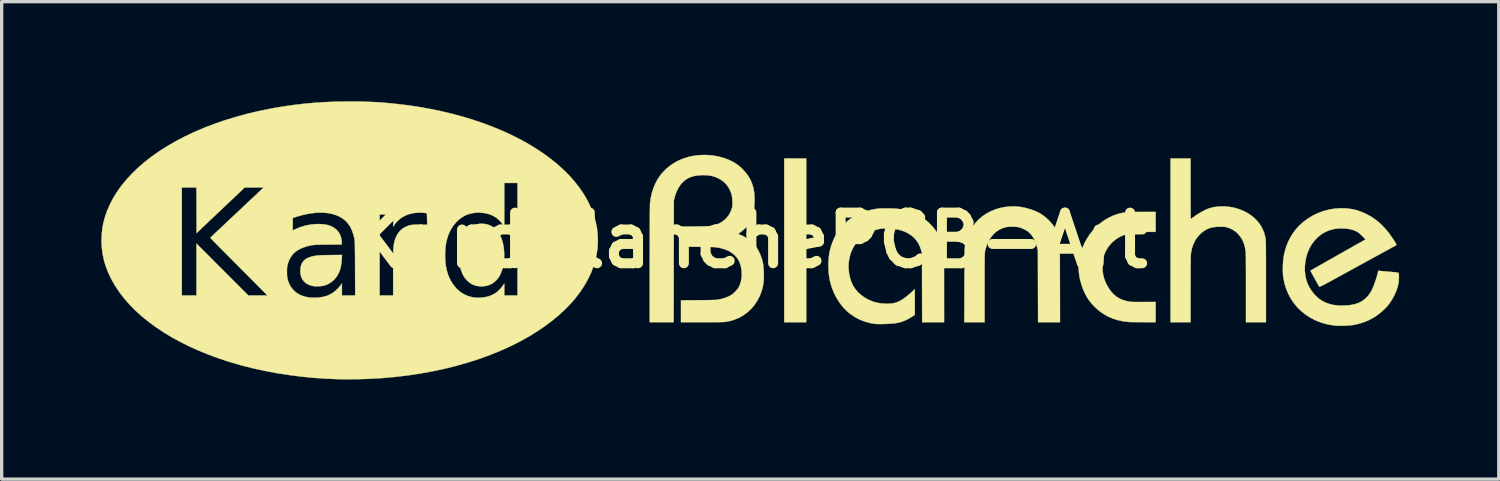
<source format=kicad_pcb>
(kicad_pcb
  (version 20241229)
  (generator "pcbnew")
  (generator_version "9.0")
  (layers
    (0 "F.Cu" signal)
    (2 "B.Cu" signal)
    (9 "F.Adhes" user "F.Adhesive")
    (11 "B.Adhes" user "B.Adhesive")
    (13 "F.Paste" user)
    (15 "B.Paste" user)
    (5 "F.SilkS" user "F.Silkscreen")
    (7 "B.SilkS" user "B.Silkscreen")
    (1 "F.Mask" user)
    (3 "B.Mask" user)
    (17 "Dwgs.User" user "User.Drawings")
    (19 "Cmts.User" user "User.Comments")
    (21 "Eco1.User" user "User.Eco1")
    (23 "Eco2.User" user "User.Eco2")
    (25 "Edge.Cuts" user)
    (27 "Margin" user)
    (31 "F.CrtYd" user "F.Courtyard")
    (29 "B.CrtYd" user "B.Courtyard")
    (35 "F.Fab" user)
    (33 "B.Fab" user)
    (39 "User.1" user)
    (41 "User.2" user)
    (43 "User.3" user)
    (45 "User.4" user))
  (footprint "KardBlanchePCB-Art"
    (layer "F.Cu")
    (at 19.524 4.182)
    (property "Reference" "KardBlanchePCB-Art" (at 0 0 0) (layer "F.SilkS") (effects (font (size 1.524 1.524) (thickness 0.3))))
    (attr through_hole)
    (fp_poly (pts (xy 1.685 2.464) (xy 1.024 2.464) (xy 1.024 -2.464) (xy 1.685 -2.464) (xy 1.685 2.464)) (stroke (width 0.01) (type solid)) (fill yes) (layer "F.SilkS"))
    (fp_poly (pts (xy -12.289 0.547) (xy -12.298 0.664) (xy -12.313 0.767) (xy -12.335 0.859) (xy -12.363 0.943) (xy -12.4 1.02) (xy -12.446 1.093) (xy -12.463 1.116) (xy -12.53 1.194) (xy -12.609 1.26) (xy -12.697 1.314) (xy -12.792 1.352) (xy -12.828 1.363) (xy -12.881 1.373) (xy -12.944 1.38) (xy -13.01 1.384) (xy -13.073 1.384) (xy -13.123 1.38) (xy -13.219 1.36) (xy -13.303 1.328) (xy -13.375 1.285) (xy -13.434 1.23) (xy -13.48 1.166) (xy -13.513 1.091) (xy -13.533 1.006) (xy -13.538 0.923) (xy -13.532 0.833) (xy -13.515 0.754) (xy -13.487 0.685) (xy -13.445 0.625) (xy -13.432 0.61) (xy -13.384 0.568) (xy -13.323 0.533) (xy -13.248 0.504) (xy -13.223 0.496) (xy -13.181 0.485) (xy -13.141 0.475) (xy -13.1 0.467) (xy -13.057 0.461) (xy -13.008 0.456) (xy -12.953 0.451) (xy -12.889 0.448) (xy -12.814 0.446) (xy -12.726 0.444) (xy -12.625 0.443) (xy -12.283 0.439) (xy -12.289 0.547)) (stroke (width 0.01) (type solid)) (fill yes) (layer "F.SilkS"))
    (fp_poly (pts (xy -7.989 -0.494) (xy -7.905 -0.477) (xy -7.827 -0.448) (xy -7.811 -0.441) (xy -7.724 -0.389) (xy -7.648 -0.324) (xy -7.583 -0.246) (xy -7.527 -0.155) (xy -7.522 -0.145) (xy -7.478 -0.039) (xy -7.443 0.079) (xy -7.419 0.205) (xy -7.405 0.339) (xy -7.402 0.478) (xy -7.411 0.62) (xy -7.421 0.703) (xy -7.445 0.822) (xy -7.481 0.935) (xy -7.524 1.033) (xy -7.547 1.077) (xy -7.567 1.112) (xy -7.588 1.141) (xy -7.614 1.171) (xy -7.649 1.206) (xy -7.649 1.207) (xy -7.71 1.263) (xy -7.77 1.305) (xy -7.833 1.337) (xy -7.903 1.361) (xy -7.912 1.363) (xy -7.975 1.375) (xy -8.045 1.383) (xy -8.115 1.384) (xy -8.176 1.38) (xy -8.177 1.38) (xy -8.271 1.361) (xy -8.353 1.33) (xy -8.428 1.287) (xy -8.499 1.229) (xy -8.514 1.215) (xy -8.574 1.147) (xy -8.625 1.072) (xy -8.668 0.986) (xy -8.703 0.89) (xy -8.732 0.78) (xy -8.748 0.694) (xy -8.753 0.654) (xy -8.756 0.6) (xy -8.758 0.537) (xy -8.758 0.468) (xy -8.758 0.397) (xy -8.756 0.328) (xy -8.753 0.265) (xy -8.748 0.211) (xy -8.743 0.174) (xy -8.718 0.054) (xy -8.686 -0.051) (xy -8.646 -0.145) (xy -8.598 -0.228) (xy -8.539 -0.302) (xy -8.497 -0.345) (xy -8.423 -0.405) (xy -8.341 -0.45) (xy -8.251 -0.48) (xy -8.153 -0.496) (xy -8.082 -0.5) (xy -7.989 -0.494)) (stroke (width 0.01) (type solid)) (fill yes) (layer "F.SilkS"))
    (fp_poly (pts (xy 12.2 -0.254) (xy 11.957 -0.254) (xy 11.889 -0.254) (xy 11.82 -0.253) (xy 11.755 -0.251) (xy 11.698 -0.25) (xy 11.65 -0.248) (xy 11.618 -0.245) (xy 11.474 -0.226) (xy 11.339 -0.193) (xy 11.212 -0.147) (xy 11.094 -0.09) (xy 10.987 -0.02) (xy 10.892 0.06) (xy 10.809 0.152) (xy 10.758 0.222) (xy 10.706 0.31) (xy 10.665 0.398) (xy 10.635 0.488) (xy 10.615 0.585) (xy 10.603 0.691) (xy 10.6 0.804) (xy 10.606 0.939) (xy 10.627 1.067) (xy 10.663 1.191) (xy 10.715 1.311) (xy 10.782 1.431) (xy 10.797 1.454) (xy 10.869 1.552) (xy 10.948 1.635) (xy 11.034 1.704) (xy 11.13 1.76) (xy 11.235 1.803) (xy 11.352 1.834) (xy 11.392 1.842) (xy 11.415 1.845) (xy 11.44 1.848) (xy 11.467 1.851) (xy 11.5 1.853) (xy 11.539 1.854) (xy 11.587 1.855) (xy 11.645 1.855) (xy 11.716 1.855) (xy 11.802 1.855) (xy 11.839 1.855) (xy 12.2 1.853) (xy 12.2 2.464) (xy 11.822 2.462) (xy 11.742 2.462) (xy 11.666 2.461) (xy 11.596 2.461) (xy 11.534 2.46) (xy 11.481 2.46) (xy 11.441 2.459) (xy 11.414 2.458) (xy 11.405 2.458) (xy 11.233 2.438) (xy 11.071 2.404) (xy 10.919 2.357) (xy 10.776 2.296) (xy 10.641 2.221) (xy 10.514 2.132) (xy 10.393 2.028) (xy 10.363 1.998) (xy 10.272 1.9) (xy 10.192 1.8) (xy 10.124 1.694) (xy 10.063 1.579) (xy 10.009 1.453) (xy 9.976 1.359) (xy 9.928 1.193) (xy 9.897 1.028) (xy 9.883 0.865) (xy 9.886 0.704) (xy 9.906 0.544) (xy 9.942 0.385) (xy 9.996 0.227) (xy 10.066 0.071) (xy 10.129 -0.045) (xy 10.219 -0.182) (xy 10.32 -0.31) (xy 10.431 -0.425) (xy 10.551 -0.529) (xy 10.679 -0.619) (xy 10.814 -0.695) (xy 10.954 -0.757) (xy 11.099 -0.803) (xy 11.175 -0.821) (xy 11.216 -0.829) (xy 11.256 -0.835) (xy 11.296 -0.841) (xy 11.34 -0.845) (xy 11.388 -0.848) (xy 11.443 -0.851) (xy 11.507 -0.853) (xy 11.581 -0.854) (xy 11.667 -0.855) (xy 11.768 -0.855) (xy 11.811 -0.855) (xy 12.2 -0.855) (xy 12.2 -0.254)) (stroke (width 0.01) (type solid)) (fill yes) (layer "F.SilkS"))
    (fp_poly (pts (xy 13.25 -1.553) (xy 13.25 -1.404) (xy 13.25 -1.271) (xy 13.251 -1.154) (xy 13.251 -1.051) (xy 13.251 -0.962) (xy 13.252 -0.885) (xy 13.253 -0.821) (xy 13.253 -0.769) (xy 13.254 -0.726) (xy 13.255 -0.694) (xy 13.256 -0.671) (xy 13.258 -0.655) (xy 13.259 -0.647) (xy 13.261 -0.646) (xy 13.272 -0.652) (xy 13.293 -0.667) (xy 13.321 -0.687) (xy 13.348 -0.707) (xy 13.433 -0.766) (xy 13.523 -0.823) (xy 13.614 -0.875) (xy 13.702 -0.919) (xy 13.784 -0.954) (xy 13.818 -0.965) (xy 13.931 -0.996) (xy 14.054 -1.014) (xy 14.183 -1.022) (xy 14.316 -1.018) (xy 14.45 -1.003) (xy 14.582 -0.977) (xy 14.695 -0.944) (xy 14.832 -0.891) (xy 14.959 -0.826) (xy 15.075 -0.75) (xy 15.179 -0.664) (xy 15.27 -0.569) (xy 15.348 -0.464) (xy 15.413 -0.352) (xy 15.463 -0.233) (xy 15.497 -0.107) (xy 15.506 -0.059) (xy 15.508 -0.046) (xy 15.51 -0.03) (xy 15.511 -0.011) (xy 15.513 0.013) (xy 15.514 0.043) (xy 15.515 0.078) (xy 15.516 0.121) (xy 15.516 0.172) (xy 15.517 0.231) (xy 15.518 0.3) (xy 15.518 0.38) (xy 15.519 0.47) (xy 15.519 0.573) (xy 15.519 0.689) (xy 15.519 0.819) (xy 15.519 0.963) (xy 15.519 1.123) (xy 15.519 1.242) (xy 15.519 2.464) (xy 14.918 2.464) (xy 14.918 1.444) (xy 14.918 1.277) (xy 14.918 1.121) (xy 14.918 0.978) (xy 14.917 0.848) (xy 14.916 0.732) (xy 14.916 0.629) (xy 14.915 0.541) (xy 14.914 0.467) (xy 14.912 0.409) (xy 14.911 0.367) (xy 14.91 0.342) (xy 14.909 0.339) (xy 14.889 0.211) (xy 14.856 0.093) (xy 14.809 -0.014) (xy 14.749 -0.111) (xy 14.676 -0.198) (xy 14.672 -0.202) (xy 14.598 -0.268) (xy 14.52 -0.32) (xy 14.434 -0.362) (xy 14.362 -0.387) (xy 14.333 -0.395) (xy 14.308 -0.401) (xy 14.282 -0.405) (xy 14.253 -0.408) (xy 14.215 -0.409) (xy 14.166 -0.41) (xy 14.139 -0.41) (xy 14.025 -0.406) (xy 13.923 -0.394) (xy 13.832 -0.372) (xy 13.748 -0.338) (xy 13.669 -0.294) (xy 13.592 -0.236) (xy 13.521 -0.17) (xy 13.444 -0.081) (xy 13.379 0.02) (xy 13.328 0.131) (xy 13.289 0.251) (xy 13.264 0.382) (xy 13.259 0.424) (xy 13.258 0.447) (xy 13.256 0.487) (xy 13.255 0.542) (xy 13.254 0.613) (xy 13.253 0.699) (xy 13.252 0.799) (xy 13.252 0.912) (xy 13.251 1.039) (xy 13.251 1.179) (xy 13.25 1.331) (xy 13.25 1.487) (xy 13.25 2.464) (xy 12.649 2.464) (xy 12.649 -2.464) (xy 13.25 -2.464) (xy 13.25 -1.553)) (stroke (width 0.01) (type solid)) (fill yes) (layer "F.SilkS"))
    (fp_poly (pts (xy 8.125 -1.007) (xy 8.286 -0.976) (xy 8.443 -0.931) (xy 8.558 -0.889) (xy 8.66 -0.844) (xy 8.752 -0.792) (xy 8.838 -0.733) (xy 8.922 -0.663) (xy 8.965 -0.623) (xy 9.048 -0.537) (xy 9.117 -0.453) (xy 9.173 -0.368) (xy 9.22 -0.278) (xy 9.258 -0.179) (xy 9.29 -0.069) (xy 9.299 -0.032) (xy 9.301 -0.021) (xy 9.304 -0.01) (xy 9.306 0.002) (xy 9.307 0.015) (xy 9.309 0.031) (xy 9.311 0.05) (xy 9.312 0.073) (xy 9.313 0.102) (xy 9.314 0.136) (xy 9.315 0.178) (xy 9.316 0.227) (xy 9.316 0.285) (xy 9.317 0.352) (xy 9.317 0.429) (xy 9.318 0.518) (xy 9.318 0.619) (xy 9.318 0.733) (xy 9.319 0.86) (xy 9.319 1.003) (xy 9.319 1.161) (xy 9.32 1.255) (xy 9.322 2.464) (xy 8.662 2.464) (xy 8.659 1.386) (xy 8.656 0.309) (xy 8.637 0.224) (xy 8.603 0.102) (xy 8.558 -0.008) (xy 8.504 -0.105) (xy 8.44 -0.189) (xy 8.369 -0.257) (xy 8.325 -0.288) (xy 8.27 -0.319) (xy 8.21 -0.349) (xy 8.149 -0.375) (xy 8.094 -0.393) (xy 8.086 -0.395) (xy 8.037 -0.403) (xy 7.977 -0.409) (xy 7.91 -0.411) (xy 7.841 -0.41) (xy 7.774 -0.407) (xy 7.714 -0.4) (xy 7.667 -0.391) (xy 7.667 -0.391) (xy 7.567 -0.356) (xy 7.473 -0.308) (xy 7.388 -0.249) (xy 7.315 -0.18) (xy 7.314 -0.179) (xy 7.234 -0.078) (xy 7.168 0.034) (xy 7.115 0.155) (xy 7.076 0.286) (xy 7.069 0.316) (xy 7.067 0.328) (xy 7.065 0.34) (xy 7.063 0.354) (xy 7.061 0.371) (xy 7.06 0.39) (xy 7.058 0.414) (xy 7.057 0.443) (xy 7.056 0.478) (xy 7.055 0.52) (xy 7.055 0.571) (xy 7.054 0.63) (xy 7.054 0.699) (xy 7.053 0.779) (xy 7.053 0.871) (xy 7.053 0.976) (xy 7.053 1.094) (xy 7.053 1.228) (xy 7.053 1.377) (xy 7.053 1.429) (xy 7.053 2.464) (xy 6.442 2.464) (xy 6.446 1.361) (xy 6.446 1.2) (xy 6.447 1.054) (xy 6.447 0.924) (xy 6.448 0.808) (xy 6.448 0.706) (xy 6.449 0.616) (xy 6.45 0.537) (xy 6.45 0.469) (xy 6.451 0.41) (xy 6.452 0.361) (xy 6.453 0.319) (xy 6.454 0.284) (xy 6.455 0.255) (xy 6.457 0.231) (xy 6.459 0.212) (xy 6.46 0.196) (xy 6.462 0.182) (xy 6.463 0.178) (xy 6.499 0.019) (xy 6.548 -0.131) (xy 6.611 -0.27) (xy 6.686 -0.4) (xy 6.774 -0.519) (xy 6.874 -0.626) (xy 6.985 -0.722) (xy 7.108 -0.805) (xy 7.241 -0.876) (xy 7.385 -0.934) (xy 7.489 -0.966) (xy 7.649 -1.001) (xy 7.808 -1.019) (xy 7.966 -1.021) (xy 8.125 -1.007)) (stroke (width 0.01) (type solid)) (fill yes) (layer "F.SilkS"))
    (fp_poly (pts (xy 4.136 -0.961) (xy 4.213 -0.96) (xy 4.288 -0.958) (xy 4.355 -0.955) (xy 4.412 -0.951) (xy 4.453 -0.946) (xy 4.609 -0.916) (xy 4.754 -0.877) (xy 4.891 -0.828) (xy 4.994 -0.783) (xy 5.101 -0.728) (xy 5.195 -0.672) (xy 5.281 -0.61) (xy 5.363 -0.54) (xy 5.445 -0.46) (xy 5.546 -0.344) (xy 5.631 -0.224) (xy 5.701 -0.099) (xy 5.757 0.033) (xy 5.787 0.13) (xy 5.794 0.155) (xy 5.8 0.177) (xy 5.805 0.199) (xy 5.81 0.222) (xy 5.814 0.245) (xy 5.818 0.27) (xy 5.821 0.299) (xy 5.823 0.331) (xy 5.826 0.369) (xy 5.828 0.413) (xy 5.829 0.464) (xy 5.831 0.523) (xy 5.831 0.59) (xy 5.832 0.668) (xy 5.833 0.757) (xy 5.833 0.858) (xy 5.833 0.971) (xy 5.833 1.098) (xy 5.833 1.241) (xy 5.833 1.399) (xy 5.833 1.42) (xy 5.834 2.464) (xy 5.174 2.464) (xy 5.171 1.425) (xy 5.169 0.385) (xy 5.146 0.301) (xy 5.108 0.191) (xy 5.059 0.089) (xy 4.998 -0.002) (xy 4.928 -0.082) (xy 4.9 -0.108) (xy 4.807 -0.178) (xy 4.704 -0.237) (xy 4.591 -0.284) (xy 4.467 -0.32) (xy 4.331 -0.343) (xy 4.184 -0.356) (xy 4.106 -0.358) (xy 4.038 -0.358) (xy 3.983 -0.355) (xy 3.936 -0.351) (xy 3.894 -0.345) (xy 3.892 -0.344) (xy 3.751 -0.309) (xy 3.621 -0.261) (xy 3.5 -0.198) (xy 3.386 -0.122) (xy 3.357 -0.099) (xy 3.276 -0.024) (xy 3.2 0.064) (xy 3.132 0.162) (xy 3.075 0.266) (xy 3.029 0.373) (xy 3.026 0.383) (xy 2.998 0.479) (xy 2.976 0.582) (xy 2.962 0.684) (xy 2.957 0.781) (xy 2.959 0.842) (xy 2.974 0.988) (xy 3.001 1.121) (xy 3.04 1.242) (xy 3.09 1.353) (xy 3.154 1.455) (xy 3.23 1.547) (xy 3.32 1.631) (xy 3.423 1.708) (xy 3.425 1.709) (xy 3.546 1.78) (xy 3.672 1.835) (xy 3.804 1.874) (xy 3.943 1.898) (xy 4.089 1.908) (xy 4.106 1.908) (xy 4.21 1.904) (xy 4.303 1.893) (xy 4.387 1.872) (xy 4.467 1.841) (xy 4.546 1.799) (xy 4.583 1.776) (xy 4.621 1.75) (xy 4.664 1.718) (xy 4.71 1.683) (xy 4.755 1.647) (xy 4.796 1.613) (xy 4.829 1.584) (xy 4.851 1.562) (xy 4.87 1.544) (xy 4.895 1.521) (xy 4.913 1.505) (xy 4.953 1.472) (xy 4.953 2.241) (xy 4.879 2.291) (xy 4.765 2.36) (xy 4.648 2.416) (xy 4.531 2.459) (xy 4.428 2.484) (xy 4.375 2.493) (xy 4.31 2.5) (xy 4.236 2.506) (xy 4.156 2.512) (xy 4.073 2.516) (xy 3.992 2.518) (xy 3.915 2.519) (xy 3.846 2.519) (xy 3.789 2.516) (xy 3.763 2.514) (xy 3.606 2.488) (xy 3.453 2.446) (xy 3.305 2.389) (xy 3.164 2.316) (xy 3.03 2.229) (xy 2.937 2.155) (xy 2.841 2.063) (xy 2.75 1.957) (xy 2.665 1.84) (xy 2.588 1.714) (xy 2.521 1.582) (xy 2.466 1.447) (xy 2.452 1.405) (xy 2.417 1.289) (xy 2.391 1.177) (xy 2.372 1.065) (xy 2.36 0.948) (xy 2.354 0.822) (xy 2.354 0.752) (xy 2.356 0.623) (xy 2.365 0.505) (xy 2.38 0.395) (xy 2.402 0.289) (xy 2.432 0.181) (xy 2.447 0.133) (xy 2.507 -0.023) (xy 2.58 -0.168) (xy 2.666 -0.302) (xy 2.764 -0.424) (xy 2.874 -0.535) (xy 2.995 -0.634) (xy 3.128 -0.721) (xy 3.273 -0.795) (xy 3.428 -0.857) (xy 3.593 -0.907) (xy 3.769 -0.943) (xy 3.814 -0.95) (xy 3.858 -0.955) (xy 3.916 -0.958) (xy 3.983 -0.96) (xy 4.058 -0.961) (xy 4.136 -0.961)) (stroke (width 0.01) (type solid)) (fill yes) (layer "F.SilkS"))
    (fp_poly (pts (xy -1.23 -2.564) (xy -1.084 -2.547) (xy -0.943 -2.52) (xy -0.8 -2.48) (xy -0.775 -2.472) (xy -0.647 -2.424) (xy -0.533 -2.37) (xy -0.429 -2.309) (xy -0.333 -2.238) (xy -0.242 -2.156) (xy -0.233 -2.147) (xy -0.14 -2.045) (xy -0.062 -1.941) (xy 0.002 -1.831) (xy 0.053 -1.715) (xy 0.091 -1.592) (xy 0.117 -1.46) (xy 0.13 -1.319) (xy 0.131 -1.167) (xy 0.128 -1.088) (xy 0.119 -0.978) (xy 0.108 -0.882) (xy 0.093 -0.798) (xy 0.074 -0.722) (xy 0.05 -0.652) (xy 0.021 -0.585) (xy 0.01 -0.563) (xy -0.009 -0.529) (xy -0.028 -0.5) (xy -0.05 -0.471) (xy -0.079 -0.438) (xy -0.117 -0.399) (xy -0.123 -0.393) (xy -0.162 -0.355) (xy -0.204 -0.317) (xy -0.244 -0.283) (xy -0.278 -0.256) (xy -0.286 -0.251) (xy -0.315 -0.229) (xy -0.338 -0.211) (xy -0.353 -0.199) (xy -0.356 -0.195) (xy -0.348 -0.189) (xy -0.33 -0.179) (xy -0.315 -0.173) (xy -0.219 -0.131) (xy -0.125 -0.079) (xy -0.035 -0.018) (xy 0.048 0.05) (xy 0.12 0.121) (xy 0.179 0.194) (xy 0.188 0.207) (xy 0.244 0.303) (xy 0.295 0.408) (xy 0.337 0.518) (xy 0.37 0.628) (xy 0.385 0.7) (xy 0.39 0.734) (xy 0.396 0.78) (xy 0.401 0.834) (xy 0.405 0.891) (xy 0.408 0.93) (xy 0.411 1.081) (xy 0.405 1.219) (xy 0.388 1.35) (xy 0.36 1.474) (xy 0.32 1.594) (xy 0.274 1.701) (xy 0.201 1.836) (xy 0.117 1.959) (xy 0.02 2.07) (xy -0.087 2.168) (xy -0.204 2.254) (xy -0.33 2.326) (xy -0.465 2.383) (xy -0.608 2.427) (xy -0.732 2.451) (xy -0.752 2.453) (xy -0.774 2.456) (xy -0.802 2.457) (xy -0.836 2.459) (xy -0.878 2.46) (xy -0.928 2.461) (xy -0.988 2.462) (xy -1.058 2.463) (xy -1.142 2.463) (xy -1.238 2.464) (xy -1.35 2.464) (xy -1.45 2.464) (xy -2.083 2.464) (xy -2.083 1.805) (xy -1.564 1.801) (xy -1.434 1.8) (xy -1.32 1.799) (xy -1.223 1.797) (xy -1.142 1.795) (xy -1.077 1.793) (xy -1.028 1.791) (xy -0.995 1.789) (xy -0.983 1.787) (xy -0.859 1.761) (xy -0.744 1.726) (xy -0.64 1.683) (xy -0.578 1.65) (xy -0.541 1.624) (xy -0.5 1.589) (xy -0.456 1.548) (xy -0.415 1.504) (xy -0.38 1.463) (xy -0.354 1.427) (xy -0.353 1.425) (xy -0.311 1.337) (xy -0.28 1.239) (xy -0.261 1.135) (xy -0.254 1.027) (xy -0.258 0.918) (xy -0.274 0.812) (xy -0.301 0.71) (xy -0.34 0.616) (xy -0.347 0.603) (xy -0.402 0.518) (xy -0.471 0.442) (xy -0.553 0.376) (xy -0.65 0.319) (xy -0.76 0.272) (xy -0.883 0.236) (xy -0.965 0.218) (xy -0.987 0.214) (xy -1.008 0.211) (xy -1.03 0.208) (xy -1.055 0.206) (xy -1.084 0.204) (xy -1.119 0.202) (xy -1.161 0.201) (xy -1.213 0.2) (xy -1.274 0.198) (xy -1.348 0.197) (xy -1.434 0.197) (xy -1.536 0.196) (xy -1.571 0.195) (xy -2.079 0.191) (xy -2.081 -0.111) (xy -2.083 -0.413) (xy -1.666 -0.417) (xy -1.566 -0.418) (xy -1.481 -0.42) (xy -1.41 -0.421) (xy -1.35 -0.422) (xy -1.299 -0.424) (xy -1.257 -0.427) (xy -1.22 -0.43) (xy -1.187 -0.435) (xy -1.156 -0.44) (xy -1.126 -0.446) (xy -1.094 -0.454) (xy -1.059 -0.464) (xy -1.051 -0.466) (xy -0.949 -0.502) (xy -0.856 -0.552) (xy -0.771 -0.615) (xy -0.697 -0.689) (xy -0.635 -0.774) (xy -0.585 -0.868) (xy -0.55 -0.969) (xy -0.549 -0.974) (xy -0.542 -1.004) (xy -0.538 -1.031) (xy -0.535 -1.059) (xy -0.534 -1.093) (xy -0.535 -1.137) (xy -0.536 -1.177) (xy -0.54 -1.248) (xy -0.546 -1.308) (xy -0.556 -1.361) (xy -0.57 -1.412) (xy -0.59 -1.466) (xy -0.602 -1.495) (xy -0.654 -1.595) (xy -0.717 -1.682) (xy -0.792 -1.758) (xy -0.881 -1.823) (xy -0.961 -1.867) (xy -1.049 -1.905) (xy -1.137 -1.933) (xy -1.228 -1.951) (xy -1.327 -1.961) (xy -1.437 -1.963) (xy -1.469 -1.962) (xy -1.59 -1.952) (xy -1.698 -1.933) (xy -1.795 -1.903) (xy -1.883 -1.862) (xy -1.962 -1.81) (xy -2.012 -1.767) (xy -2.087 -1.686) (xy -2.152 -1.592) (xy -2.208 -1.486) (xy -2.253 -1.369) (xy -2.276 -1.288) (xy -2.298 -1.198) (xy -2.301 0.633) (xy -2.303 2.464) (xy -3.023 2.464) (xy -3.023 0.722) (xy -3.023 0.485) (xy -3.022 0.265) (xy -3.022 0.06) (xy -3.022 -0.128) (xy -3.021 -0.301) (xy -3.021 -0.457) (xy -3.02 -0.597) (xy -3.02 -0.721) (xy -3.019 -0.829) (xy -3.018 -0.919) (xy -3.017 -0.994) (xy -3.016 -1.051) (xy -3.015 -1.092) (xy -3.014 -1.116) (xy -3.014 -1.118) (xy -2.992 -1.278) (xy -2.957 -1.434) (xy -2.908 -1.583) (xy -2.848 -1.724) (xy -2.776 -1.854) (xy -2.696 -1.968) (xy -2.66 -2.012) (xy -2.614 -2.062) (xy -2.562 -2.114) (xy -2.51 -2.164) (xy -2.46 -2.208) (xy -2.426 -2.236) (xy -2.293 -2.327) (xy -2.152 -2.403) (xy -2.002 -2.466) (xy -1.844 -2.514) (xy -1.68 -2.547) (xy -1.509 -2.565) (xy -1.384 -2.569) (xy -1.23 -2.564)) (stroke (width 0.01) (type solid)) (fill yes) (layer "F.SilkS"))
    (fp_poly (pts (xy 17.944 -0.96) (xy 18.09 -0.942) (xy 18.229 -0.912) (xy 18.365 -0.868) (xy 18.501 -0.811) (xy 18.529 -0.797) (xy 18.666 -0.724) (xy 18.792 -0.641) (xy 18.91 -0.548) (xy 19.023 -0.443) (xy 19.133 -0.323) (xy 19.176 -0.272) (xy 19.207 -0.232) (xy 19.242 -0.186) (xy 19.277 -0.137) (xy 19.312 -0.087) (xy 19.346 -0.037) (xy 19.377 0.01) (xy 19.404 0.053) (xy 19.425 0.089) (xy 19.44 0.117) (xy 19.447 0.135) (xy 19.447 0.139) (xy 19.444 0.141) (xy 19.437 0.145) (xy 19.425 0.152) (xy 19.408 0.162) (xy 19.385 0.175) (xy 19.355 0.191) (xy 19.318 0.211) (xy 19.273 0.236) (xy 19.221 0.265) (xy 19.159 0.299) (xy 19.089 0.338) (xy 19.008 0.382) (xy 18.917 0.432) (xy 18.815 0.487) (xy 18.702 0.55) (xy 18.576 0.618) (xy 18.439 0.694) (xy 18.287 0.777) (xy 18.123 0.867) (xy 17.944 0.965) (xy 17.912 0.982) (xy 17.787 1.05) (xy 17.677 1.111) (xy 17.579 1.164) (xy 17.494 1.211) (xy 17.42 1.251) (xy 17.356 1.285) (xy 17.303 1.313) (xy 17.259 1.337) (xy 17.222 1.356) (xy 17.193 1.37) (xy 17.17 1.381) (xy 17.153 1.389) (xy 17.141 1.393) (xy 17.132 1.395) (xy 17.127 1.395) (xy 17.124 1.394) (xy 17.123 1.393) (xy 17.115 1.38) (xy 17.101 1.356) (xy 17.081 1.322) (xy 17.058 1.28) (xy 17.032 1.233) (xy 17.004 1.182) (xy 16.975 1.131) (xy 16.947 1.08) (xy 16.921 1.032) (xy 16.898 0.989) (xy 16.879 0.954) (xy 16.866 0.928) (xy 16.859 0.914) (xy 16.858 0.911) (xy 16.866 0.907) (xy 16.887 0.895) (xy 16.922 0.875) (xy 16.968 0.849) (xy 17.025 0.817) (xy 17.092 0.778) (xy 17.169 0.735) (xy 17.253 0.687) (xy 17.345 0.635) (xy 17.443 0.58) (xy 17.547 0.521) (xy 17.655 0.46) (xy 17.689 0.44) (xy 18.517 -0.028) (xy 18.451 -0.096) (xy 18.399 -0.149) (xy 18.354 -0.19) (xy 18.314 -0.223) (xy 18.274 -0.25) (xy 18.232 -0.273) (xy 18.201 -0.288) (xy 18.121 -0.317) (xy 18.029 -0.339) (xy 17.929 -0.353) (xy 17.824 -0.359) (xy 17.718 -0.358) (xy 17.614 -0.348) (xy 17.52 -0.33) (xy 17.398 -0.293) (xy 17.283 -0.24) (xy 17.174 -0.172) (xy 17.074 -0.09) (xy 16.982 0.006) (xy 16.899 0.116) (xy 16.893 0.125) (xy 16.827 0.241) (xy 16.773 0.366) (xy 16.732 0.498) (xy 16.704 0.635) (xy 16.69 0.774) (xy 16.689 0.913) (xy 16.702 1.05) (xy 16.73 1.182) (xy 16.734 1.198) (xy 16.775 1.311) (xy 16.83 1.421) (xy 16.898 1.527) (xy 16.975 1.625) (xy 17.061 1.711) (xy 17.122 1.762) (xy 17.223 1.828) (xy 17.332 1.881) (xy 17.449 1.921) (xy 17.576 1.948) (xy 17.714 1.962) (xy 17.803 1.964) (xy 17.948 1.959) (xy 18.08 1.944) (xy 18.198 1.919) (xy 18.304 1.884) (xy 18.395 1.838) (xy 18.425 1.819) (xy 18.516 1.748) (xy 18.596 1.664) (xy 18.665 1.569) (xy 18.702 1.501) (xy 18.733 1.434) (xy 18.765 1.356) (xy 18.797 1.27) (xy 18.828 1.18) (xy 18.855 1.092) (xy 18.878 1.01) (xy 18.89 0.962) (xy 18.901 0.913) (xy 18.935 0.918) (xy 18.952 0.92) (xy 18.983 0.923) (xy 19.027 0.927) (xy 19.08 0.932) (xy 19.141 0.937) (xy 19.206 0.943) (xy 19.232 0.945) (xy 19.314 0.952) (xy 19.38 0.959) (xy 19.432 0.964) (xy 19.469 0.97) (xy 19.493 0.974) (xy 19.506 0.978) (xy 19.507 0.979) (xy 19.513 0.994) (xy 19.517 1.021) (xy 19.52 1.06) (xy 19.52 1.105) (xy 19.519 1.155) (xy 19.517 1.205) (xy 19.512 1.253) (xy 19.507 1.295) (xy 19.504 1.306) (xy 19.474 1.425) (xy 19.43 1.547) (xy 19.375 1.668) (xy 19.31 1.786) (xy 19.238 1.895) (xy 19.194 1.952) (xy 19.121 2.033) (xy 19.035 2.116) (xy 18.942 2.195) (xy 18.844 2.269) (xy 18.77 2.317) (xy 18.633 2.393) (xy 18.486 2.456) (xy 18.33 2.506) (xy 18.163 2.543) (xy 18.098 2.553) (xy 18.065 2.557) (xy 18.021 2.561) (xy 17.969 2.564) (xy 17.911 2.566) (xy 17.852 2.569) (xy 17.794 2.57) (xy 17.741 2.571) (xy 17.697 2.571) (xy 17.663 2.57) (xy 17.649 2.569) (xy 17.629 2.566) (xy 17.598 2.563) (xy 17.561 2.558) (xy 17.543 2.556) (xy 17.419 2.537) (xy 17.29 2.507) (xy 17.161 2.467) (xy 17.039 2.42) (xy 16.997 2.401) (xy 16.845 2.321) (xy 16.705 2.229) (xy 16.576 2.125) (xy 16.46 2.01) (xy 16.356 1.884) (xy 16.265 1.749) (xy 16.188 1.604) (xy 16.125 1.451) (xy 16.076 1.291) (xy 16.043 1.123) (xy 16.036 1.075) (xy 16.032 1.026) (xy 16.029 0.965) (xy 16.028 0.895) (xy 16.028 0.82) (xy 16.03 0.745) (xy 16.033 0.675) (xy 16.037 0.612) (xy 16.04 0.582) (xy 16.068 0.41) (xy 16.111 0.244) (xy 16.168 0.086) (xy 16.239 -0.064) (xy 16.324 -0.204) (xy 16.422 -0.335) (xy 16.516 -0.437) (xy 16.642 -0.552) (xy 16.779 -0.654) (xy 16.925 -0.743) (xy 17.078 -0.818) (xy 17.237 -0.878) (xy 17.402 -0.922) (xy 17.57 -0.952) (xy 17.741 -0.965) (xy 17.79 -0.965) (xy 17.944 -0.96)) (stroke (width 0.01) (type solid)) (fill yes) (layer "F.SilkS"))
    (fp_poly (pts (xy -11.876 -4.177) (xy -11.709 -4.175) (xy -11.552 -4.171) (xy -11.402 -4.165) (xy -11.254 -4.158) (xy -11.107 -4.148) (xy -10.956 -4.136) (xy -10.798 -4.121) (xy -10.685 -4.11) (xy -10.33 -4.068) (xy -9.981 -4.017) (xy -9.639 -3.956) (xy -9.304 -3.887) (xy -8.977 -3.81) (xy -8.657 -3.724) (xy -8.347 -3.63) (xy -8.045 -3.528) (xy -7.752 -3.418) (xy -7.47 -3.301) (xy -7.198 -3.177) (xy -6.936 -3.046) (xy -6.686 -2.908) (xy -6.448 -2.763) (xy -6.221 -2.613) (xy -6.008 -2.456) (xy -5.807 -2.294) (xy -5.62 -2.126) (xy -5.447 -1.953) (xy -5.288 -1.774) (xy -5.145 -1.591) (xy -5.016 -1.403) (xy -4.904 -1.211) (xy -4.864 -1.135) (xy -4.775 -0.94) (xy -4.703 -0.745) (xy -4.648 -0.548) (xy -4.609 -0.352) (xy -4.588 -0.154) (xy -4.583 0.043) (xy -4.595 0.241) (xy -4.624 0.438) (xy -4.67 0.636) (xy -4.714 0.779) (xy -4.79 0.977) (xy -4.883 1.172) (xy -4.991 1.363) (xy -5.116 1.551) (xy -5.257 1.736) (xy -5.413 1.916) (xy -5.585 2.092) (xy -5.772 2.263) (xy -5.975 2.43) (xy -6.192 2.592) (xy -6.358 2.705) (xy -6.624 2.872) (xy -6.903 3.029) (xy -7.196 3.177) (xy -7.5 3.315) (xy -7.816 3.444) (xy -8.143 3.563) (xy -8.481 3.672) (xy -8.827 3.771) (xy -9.183 3.86) (xy -9.547 3.938) (xy -9.918 4.006) (xy -10.296 4.063) (xy -10.679 4.109) (xy -11.069 4.144) (xy -11.462 4.167) (xy -11.86 4.179) (xy -12.261 4.18) (xy -12.404 4.177) (xy -12.766 4.162) (xy -13.132 4.137) (xy -13.5 4.101) (xy -13.867 4.054) (xy -14.231 3.998) (xy -14.589 3.931) (xy -14.937 3.856) (xy -15.275 3.772) (xy -15.371 3.745) (xy -15.694 3.65) (xy -16.007 3.546) (xy -16.309 3.435) (xy -16.6 3.316) (xy -16.88 3.19) (xy -17.147 3.057) (xy -17.403 2.917) (xy -17.646 2.77) (xy -17.876 2.618) (xy -18.093 2.459) (xy -18.296 2.295) (xy -18.485 2.125) (xy -18.659 1.95) (xy -18.819 1.77) (xy -18.963 1.586) (xy -19.092 1.397) (xy -19.205 1.203) (xy -19.247 1.122) (xy -19.331 0.94) (xy -19.398 0.761) (xy -19.45 0.583) (xy -19.487 0.403) (xy -19.51 0.22) (xy -19.519 0.031) (xy -19.519 0) (xy -19.513 -0.179) (xy -19.496 -0.35) (xy -19.466 -0.516) (xy -19.423 -0.681) (xy -19.366 -0.848) (xy -19.349 -0.893) (xy -19.265 -1.085) (xy -19.168 -1.271) (xy -19.057 -1.453) (xy -18.958 -1.592) (xy -17.103 -1.592) (xy -17.103 1.659) (xy -16.662 1.659) (xy -16.662 0.097) (xy -15.102 1.659) (xy -14.525 1.659) (xy -14.757 1.425) (xy -14.797 1.385) (xy -14.847 1.334) (xy -14.907 1.274) (xy -14.975 1.206) (xy -15.05 1.13) (xy -15.131 1.049) (xy -15.217 0.963) (xy -15.235 0.944) (xy -13.939 0.944) (xy -13.938 1.016) (xy -13.935 1.076) (xy -13.929 1.127) (xy -13.919 1.175) (xy -13.905 1.224) (xy -13.886 1.276) (xy -13.841 1.37) (xy -13.781 1.455) (xy -13.71 1.53) (xy -13.627 1.595) (xy -13.535 1.646) (xy -13.514 1.655) (xy -13.407 1.692) (xy -13.294 1.717) (xy -13.287 1.718) (xy -13.242 1.722) (xy -13.186 1.725) (xy -13.124 1.726) (xy -13.06 1.725) (xy -13.001 1.722) (xy -12.958 1.718) (xy -12.844 1.699) (xy -12.74 1.67) (xy -12.645 1.63) (xy -12.557 1.578) (xy -12.474 1.513) (xy -12.394 1.434) (xy -12.315 1.339) (xy -12.305 1.324) (xy -12.286 1.3) (xy -12.285 1.659) (xy -11.886 1.659) (xy -11.89 0.849) (xy -11.89 0.71) (xy -11.891 0.587) (xy -11.891 0.479) (xy -11.892 0.384) (xy -11.893 0.301) (xy -11.894 0.23) (xy -11.895 0.169) (xy -11.896 0.116) (xy -11.898 0.071) (xy -11.901 0.032) (xy -11.904 -0.001) (xy -11.907 -0.03) (xy -11.911 -0.056) (xy -11.916 -0.08) (xy -11.921 -0.104) (xy -11.927 -0.128) (xy -11.935 -0.153) (xy -11.943 -0.181) (xy -11.943 -0.182) (xy -11.984 -0.301) (xy -12.036 -0.408) (xy -12.099 -0.503) (xy -12.173 -0.585) (xy -12.26 -0.656) (xy -12.357 -0.715) (xy -12.467 -0.762) (xy -12.526 -0.779) (xy -11.151 -0.779) (xy -11.151 1.659) (xy -10.744 1.659) (xy -10.744 0.974) (xy -10.744 0.829) (xy -10.744 0.698) (xy -10.743 0.581) (xy -10.742 0.478) (xy -10.742 0.44) (xy -9.181 0.44) (xy -9.176 0.603) (xy -9.16 0.754) (xy -9.133 0.893) (xy -9.095 1.023) (xy -9.045 1.145) (xy -8.983 1.259) (xy -8.964 1.289) (xy -8.885 1.396) (xy -8.798 1.489) (xy -8.702 1.567) (xy -8.599 1.629) (xy -8.489 1.677) (xy -8.372 1.709) (xy -8.249 1.726) (xy -8.12 1.726) (xy -8.009 1.715) (xy -7.89 1.69) (xy -7.781 1.651) (xy -7.681 1.598) (xy -7.591 1.531) (xy -7.51 1.45) (xy -7.438 1.356) (xy -7.4 1.3) (xy -7.4 1.659) (xy -7.002 1.659) (xy -7.002 -1.727) (xy -7.4 -1.727) (xy -7.4 -0.411) (xy -7.439 -0.47) (xy -7.473 -0.515) (xy -7.515 -0.563) (xy -7.562 -0.612) (xy -7.61 -0.655) (xy -7.655 -0.69) (xy -7.667 -0.699) (xy -7.759 -0.75) (xy -7.861 -0.789) (xy -7.971 -0.816) (xy -8.084 -0.831) (xy -8.2 -0.835) (xy -8.314 -0.825) (xy -8.425 -0.804) (xy -8.53 -0.769) (xy -8.566 -0.754) (xy -8.668 -0.696) (xy -8.764 -0.625) (xy -8.853 -0.539) (xy -8.933 -0.442) (xy -9.002 -0.334) (xy -9.061 -0.217) (xy -9.072 -0.191) (xy -9.115 -0.067) (xy -9.147 0.063) (xy -9.168 0.202) (xy -9.179 0.353) (xy -9.181 0.44) (xy -10.742 0.44) (xy -10.741 0.391) (xy -10.74 0.318) (xy -10.738 0.262) (xy -10.736 0.221) (xy -10.735 0.201) (xy -10.715 0.079) (xy -10.684 -0.033) (xy -10.643 -0.133) (xy -10.59 -0.221) (xy -10.527 -0.296) (xy -10.453 -0.358) (xy -10.389 -0.397) (xy -10.324 -0.427) (xy -10.259 -0.449) (xy -10.19 -0.463) (xy -10.111 -0.471) (xy -10.09 -0.472) (xy -10.006 -0.473) (xy -9.932 -0.468) (xy -9.862 -0.455) (xy -9.792 -0.434) (xy -9.733 -0.41) (xy -9.728 -0.409) (xy -9.724 -0.41) (xy -9.722 -0.416) (xy -9.72 -0.429) (xy -9.719 -0.451) (xy -9.719 -0.483) (xy -9.72 -0.528) (xy -9.722 -0.587) (xy -9.722 -0.609) (xy -9.724 -0.667) (xy -9.726 -0.718) (xy -9.727 -0.761) (xy -9.728 -0.793) (xy -9.73 -0.813) (xy -9.73 -0.817) (xy -9.739 -0.819) (xy -9.761 -0.822) (xy -9.793 -0.826) (xy -9.829 -0.829) (xy -9.92 -0.835) (xy -10.013 -0.832) (xy -10.112 -0.821) (xy -10.147 -0.816) (xy -10.263 -0.789) (xy -10.371 -0.748) (xy -10.471 -0.695) (xy -10.561 -0.629) (xy -10.64 -0.552) (xy -10.702 -0.471) (xy -10.74 -0.413) (xy -10.742 -0.596) (xy -10.745 -0.779) (xy -10.948 -0.779) (xy -11.151 -0.779) (xy -12.526 -0.779) (xy -12.59 -0.798) (xy -12.724 -0.822) (xy -12.852 -0.834) (xy -12.969 -0.835) (xy -13.097 -0.827) (xy -13.232 -0.81) (xy -13.37 -0.785) (xy -13.51 -0.752) (xy -13.647 -0.711) (xy -13.668 -0.704) (xy -13.763 -0.673) (xy -13.765 -0.485) (xy -13.767 -0.297) (xy -13.68 -0.339) (xy -13.531 -0.4) (xy -13.377 -0.446) (xy -13.216 -0.476) (xy -13.05 -0.49) (xy -12.986 -0.491) (xy -12.867 -0.486) (xy -12.761 -0.472) (xy -12.666 -0.448) (xy -12.583 -0.413) (xy -12.529 -0.382) (xy -12.454 -0.325) (xy -12.394 -0.259) (xy -12.348 -0.186) (xy -12.315 -0.103) (xy -12.297 -0.011) (xy -12.292 0.051) (xy -12.289 0.123) (xy -12.7 0.128) (xy -12.796 0.129) (xy -12.877 0.13) (xy -12.944 0.131) (xy -13 0.132) (xy -13.046 0.134) (xy -13.084 0.136) (xy -13.116 0.138) (xy -13.144 0.14) (xy -13.168 0.144) (xy -13.192 0.147) (xy -13.209 0.15) (xy -13.343 0.181) (xy -13.462 0.221) (xy -13.568 0.27) (xy -13.66 0.328) (xy -13.74 0.397) (xy -13.806 0.475) (xy -13.859 0.564) (xy -13.9 0.663) (xy -13.917 0.717) (xy -13.925 0.751) (xy -13.931 0.78) (xy -13.935 0.811) (xy -13.937 0.845) (xy -13.939 0.889) (xy -13.939 0.944) (xy -15.235 0.944) (xy -15.306 0.873) (xy -15.397 0.782) (xy -15.489 0.689) (xy -15.581 0.597) (xy -15.617 0.561) (xy -15.702 0.475) (xy -15.784 0.392) (xy -15.862 0.314) (xy -15.935 0.241) (xy -16.002 0.173) (xy -16.062 0.112) (xy -16.116 0.058) (xy -16.16 0.012) (xy -16.196 -0.025) (xy -16.223 -0.053) (xy -16.239 -0.069) (xy -16.243 -0.075) (xy -16.243 -0.076) (xy -16.241 -0.078) (xy -16.238 -0.082) (xy -16.233 -0.088) (xy -16.225 -0.096) (xy -16.214 -0.107) (xy -16.198 -0.122) (xy -16.179 -0.141) (xy -16.154 -0.165) (xy -16.124 -0.193) (xy -16.088 -0.228) (xy -16.045 -0.268) (xy -15.995 -0.315) (xy -15.937 -0.37) (xy -15.871 -0.432) (xy -15.797 -0.502) (xy -15.713 -0.581) (xy -15.619 -0.67) (xy -15.514 -0.768) (xy -15.399 -0.877) (xy -15.272 -0.996) (xy -15.217 -1.048) (xy -14.639 -1.592) (xy -14.925 -1.591) (xy -15.21 -1.591) (xy -16.658 -0.219) (xy -16.66 -0.905) (xy -16.663 -1.592) (xy -17.103 -1.592) (xy -18.958 -1.592) (xy -18.93 -1.631) (xy -18.788 -1.807) (xy -18.63 -1.981) (xy -18.62 -1.991) (xy -18.433 -2.173) (xy -18.231 -2.349) (xy -18.015 -2.518) (xy -17.784 -2.681) (xy -17.539 -2.836) (xy -17.282 -2.985) (xy -17.011 -3.126) (xy -16.729 -3.259) (xy -16.435 -3.385) (xy -16.13 -3.502) (xy -15.815 -3.611) (xy -15.489 -3.711) (xy -15.155 -3.803) (xy -14.811 -3.885) (xy -14.459 -3.957) (xy -14.3 -3.987) (xy -13.996 -4.037) (xy -13.696 -4.079) (xy -13.399 -4.113) (xy -13.1 -4.14) (xy -12.796 -4.159) (xy -12.484 -4.172) (xy -12.161 -4.177) (xy -12.057 -4.177) (xy -11.876 -4.177)) (stroke (width 0.01) (type solid)) (fill yes) (layer "F.SilkS")))
  (gr_rect
    (start -3 -3)
    (end 42.049 11.367)
    (stroke (width 0.1) (type default))
    (fill no)
    (layer "Edge.Cuts")))
</source>
